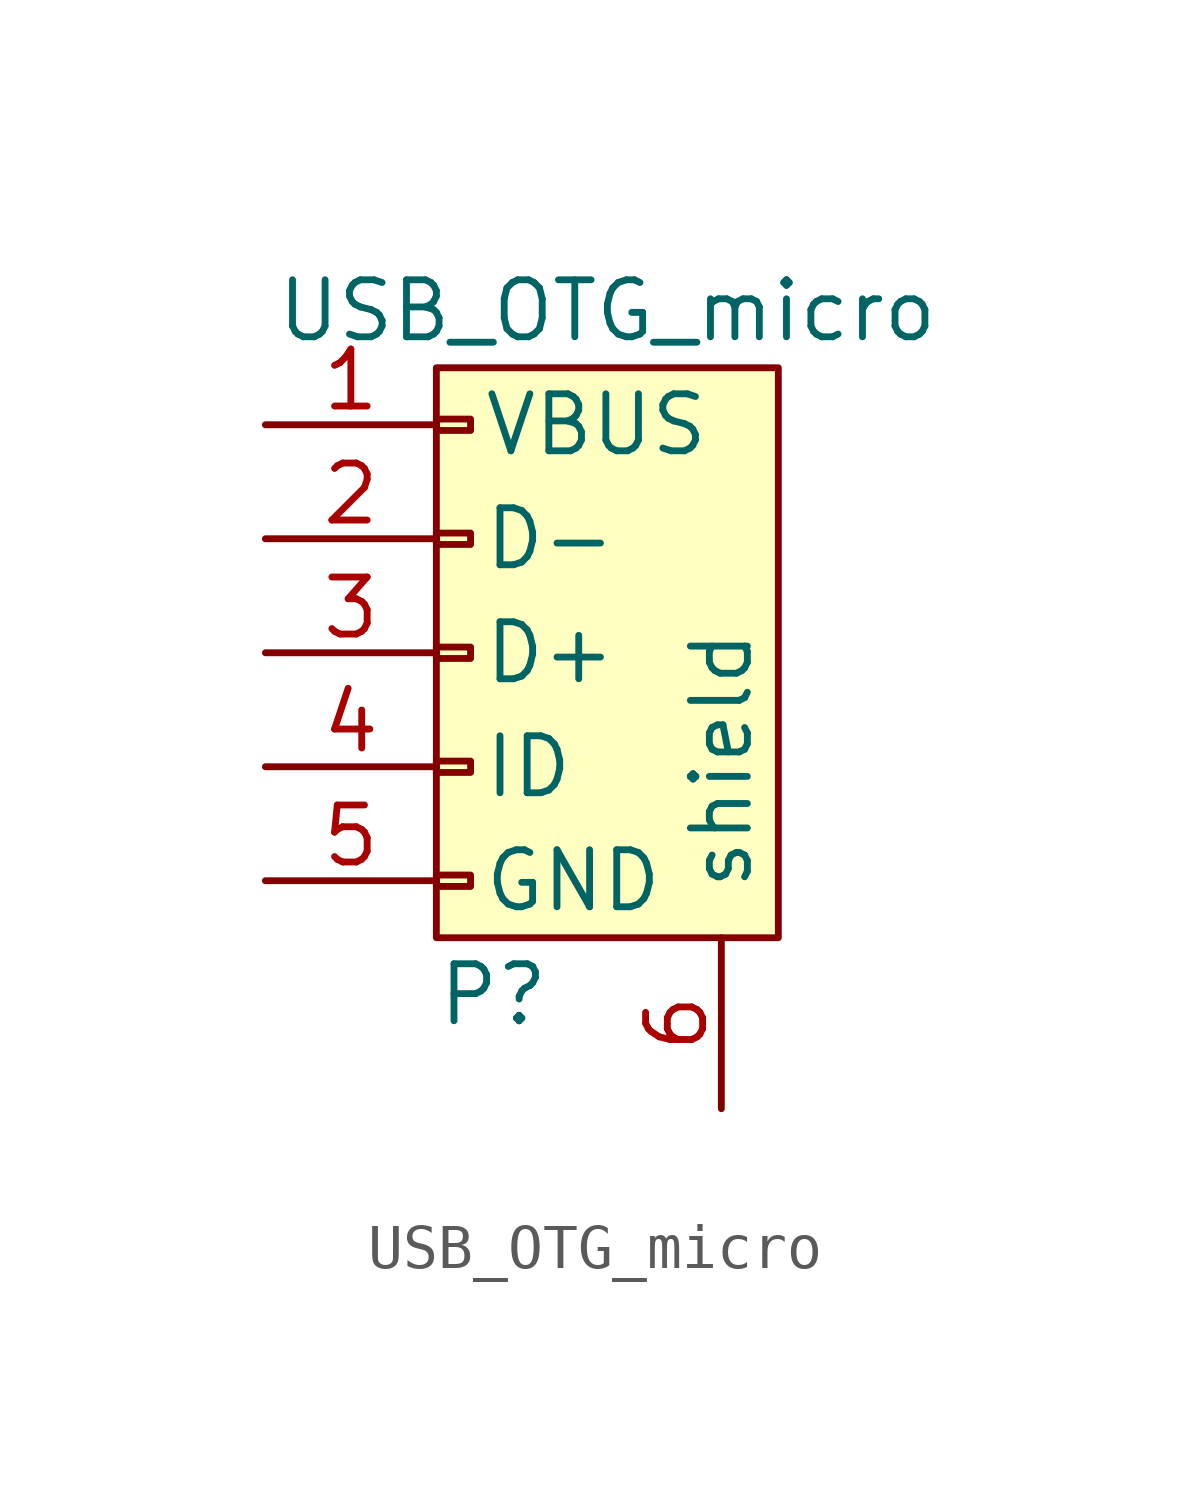
<source format=kicad_sym>
(kicad_symbol_lib
  (version 20211014)
  (generator kicad_symbol_editor)
  (symbol "USB_OTG_micro"
    (pin_names
      (offset 1.016))
    (property "Reference" "P"
      (at -2.54 -10.16 0)
      (effects (font (size 1.27 1.27))))
    (property "Value" "USB_OTG_micro"
      (at 0 5.08 0)
      (effects (font (size 1.27 1.27))))
    (property "Datasheet" ""
      (at -2.54 -1.27 0)
      (effects (font (size 1.27 1.27))))
    (symbol "USB_OTG_micro_0_1"
      (rectangle (start -3.81 -7.493) (end -3.048 -7.747) (stroke (width 0) (type default) (color 0 0 0 0)) (fill (type none)))
      (rectangle (start -3.81 -4.953) (end -3.048 -5.207) (stroke (width 0) (type default) (color 0 0 0 0)) (fill (type none)))
      (rectangle (start -3.81 -2.413) (end -3.048 -2.667) (stroke (width 0) (type default) (color 0 0 0 0)) (fill (type none)))
      (rectangle (start -3.81 0.127) (end -3.048 -0.127) (stroke (width 0) (type default) (color 0 0 0 0)) (fill (type none)))
      (rectangle (start -3.81 2.667) (end -3.048 2.413) (stroke (width 0) (type default) (color 0 0 0 0)) (fill (type none)))
      (rectangle (start -3.81 3.81) (end 3.81 -8.89) (stroke (width 0) (type default) (color 0 0 0 0)) (fill (type background))))
    (symbol "USB_OTG_micro_1_1"
      (pin power_out line (at -7.62 2.54 0) (length 3.81) (name "VBUS" (effects (font (size 1.27 1.27)))) (number "1" (effects (font (size 1.27 1.27)))))
      (pin passive line (at -7.62 0 0) (length 3.81) (name "D-" (effects (font (size 1.27 1.27)))) (number "2" (effects (font (size 1.27 1.27)))))
      (pin passive line (at -7.62 -2.54 0) (length 3.81) (name "D+" (effects (font (size 1.27 1.27)))) (number "3" (effects (font (size 1.27 1.27)))))
      (pin power_in line (at -7.62 -5.08 0) (length 3.81) (name "ID" (effects (font (size 1.27 1.27)))) (number "4" (effects (font (size 1.27 1.27)))))
      (pin power_in line (at -7.62 -7.62 0) (length 3.81) (name "GND" (effects (font (size 1.27 1.27)))) (number "5" (effects (font (size 1.27 1.27)))))
      (pin passive line (at 2.54 -12.7 90) (length 3.81) (name "shield" (effects (font (size 1.27 1.27)))) (number "6" (effects (font (size 1.27 1.27))))))))
</source>
